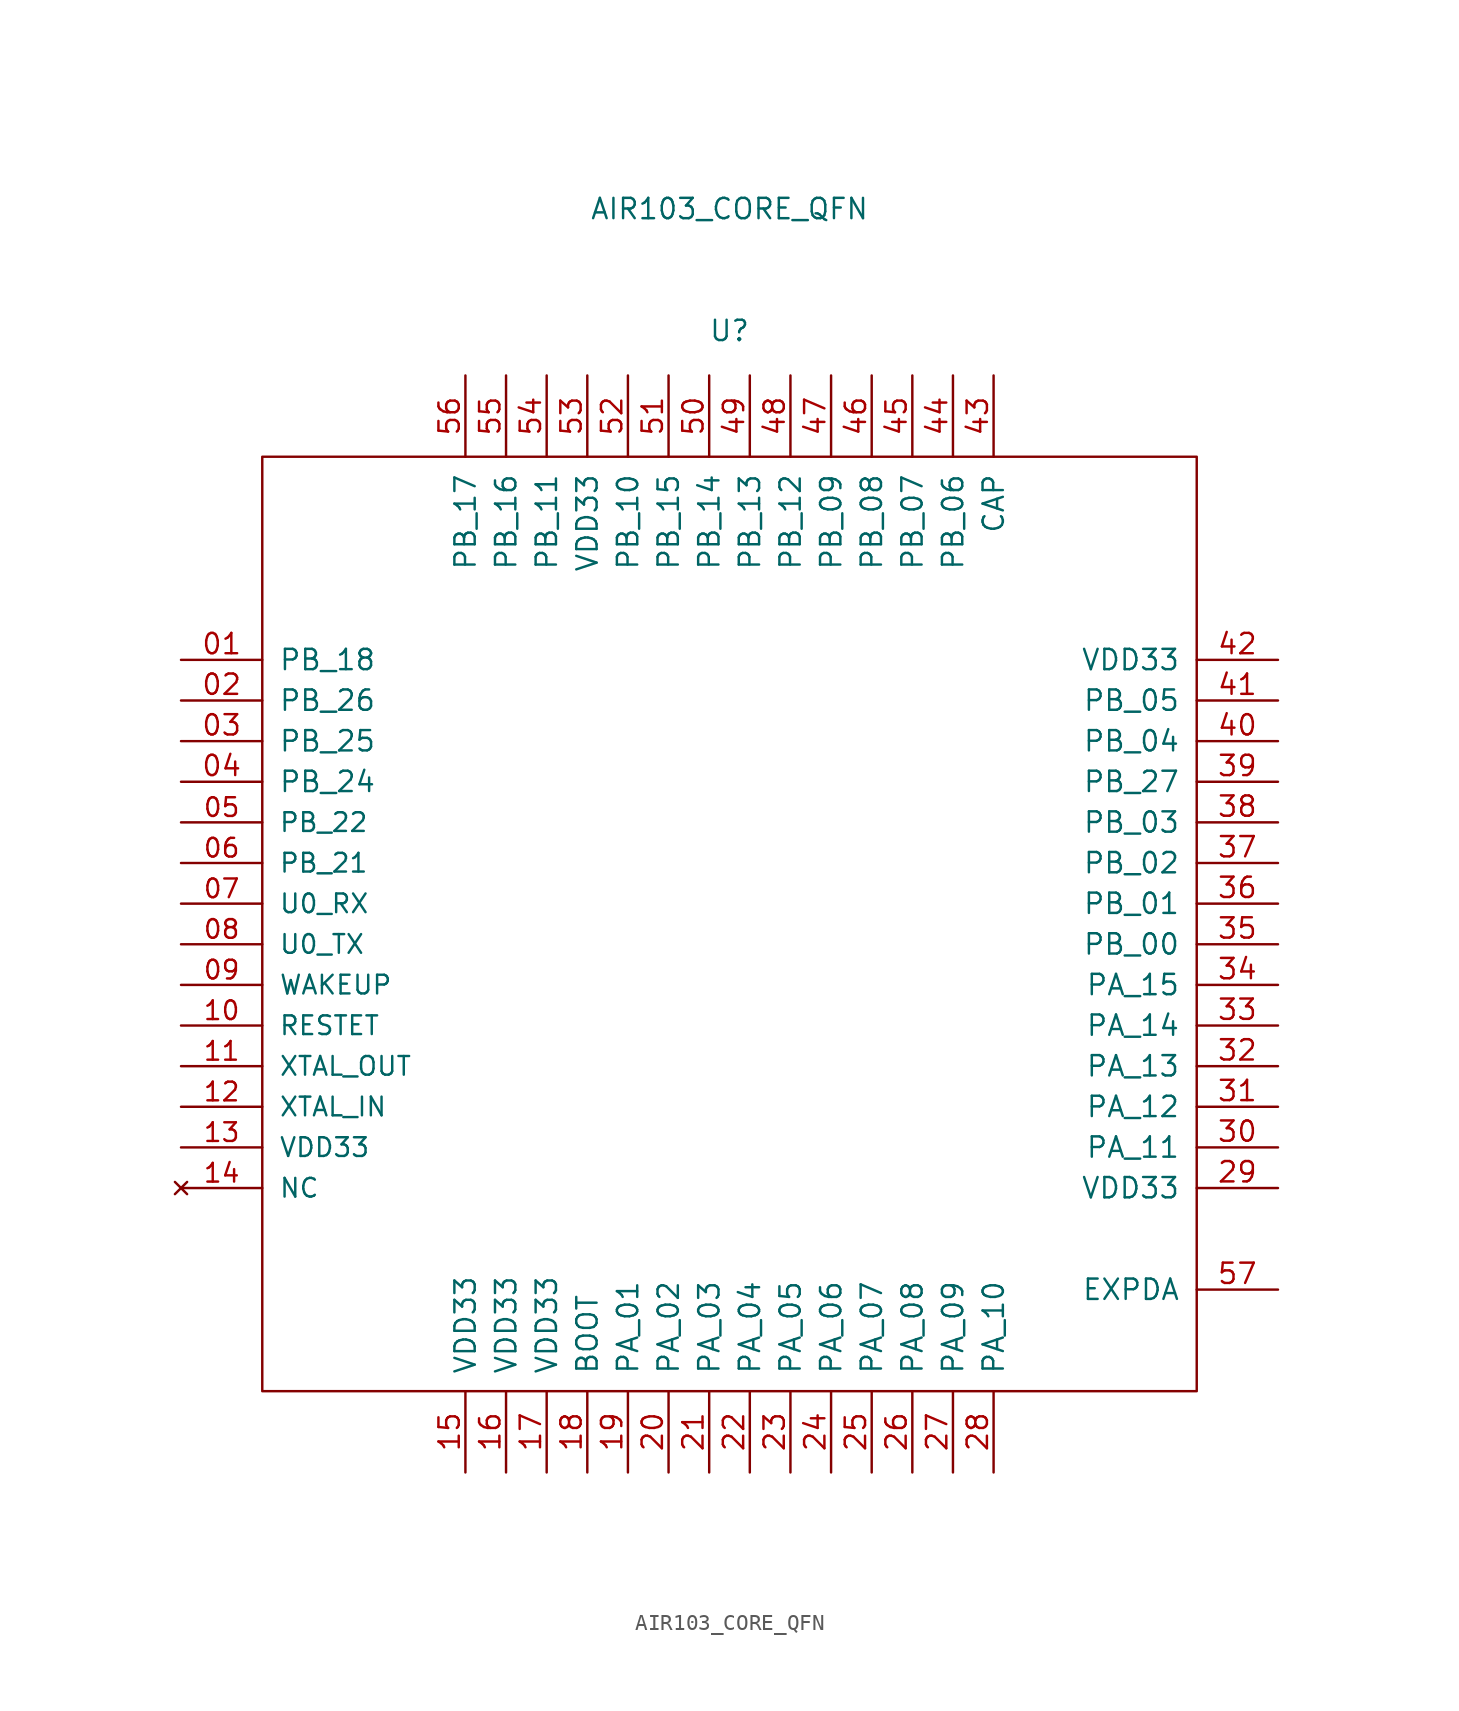
<source format=kicad_sym>
(kicad_symbol_lib
  (version 20220102)
  (generator kicad_symbol_editor)
  (symbol "AIR103_CORE_QFN"
    (pin_names
      (offset 1.016))
    (property "Reference" "U"
      (at 0 37.084 0)
      (effects (font (size 1.27 1.27))))
    (property "Value" "AIR103_CORE_QFN"
      (at 0 44.704 0)
      (effects (font (size 1.27 1.27))))
    (symbol "AIR103_CORE_QFN_0_1"
      (rectangle (start -29.21 29.21) (end 29.21 -29.21) (stroke (width 0) (type default)) (fill (type none))))
    (symbol "AIR103_CORE_QFN_1_1"
      (pin input line (at -34.29 16.51 0) (length 5.08) (name "PB_18" (effects (font (size 1.27 1.27)))) (number "01" (effects (font (size 1.27 1.27)))))
      (pin input line (at -34.29 13.97 0) (length 5.08) (name "PB_26" (effects (font (size 1.27 1.27)))) (number "02" (effects (font (size 1.27 1.27)))))
      (pin input line (at -34.29 11.43 0) (length 5.08) (name "PB_25" (effects (font (size 1.27 1.27)))) (number "03" (effects (font (size 1.27 1.27)))))
      (pin input line (at -34.29 8.89 0) (length 5.08) (name "PB_24" (effects (font (size 1.27 1.27)))) (number "04" (effects (font (size 1.27 1.27)))))
      (pin input line (at -34.29 6.35 0) (length 5.08) (name "PB_22" (effects (font (size 1.168 1.168)))) (number "05" (effects (font (size 1.168 1.168)))))
      (pin input line (at -34.29 3.81 0) (length 5.08) (name "PB_21" (effects (font (size 1.168 1.168)))) (number "06" (effects (font (size 1.168 1.168)))))
      (pin input line (at -34.29 1.27 0) (length 5.08) (name "U0_RX" (effects (font (size 1.168 1.168)))) (number "07" (effects (font (size 1.168 1.168)))))
      (pin input line (at -34.29 -1.27 0) (length 5.08) (name "U0_TX" (effects (font (size 1.168 1.168)))) (number "08" (effects (font (size 1.168 1.168)))))
      (pin input line (at -34.29 -3.81 0) (length 5.08) (name "WAKEUP" (effects (font (size 1.168 1.168)))) (number "09" (effects (font (size 1.168 1.168)))))
      (pin input line (at -34.29 -6.35 0) (length 5.08) (name "RESTET" (effects (font (size 1.168 1.168)))) (number "10" (effects (font (size 1.168 1.168)))))
      (pin input line (at -34.29 -8.89 0) (length 5.08) (name "XTAL_OUT" (effects (font (size 1.168 1.168)))) (number "11" (effects (font (size 1.168 1.168)))))
      (pin input line (at -34.29 -11.43 0) (length 5.08) (name "XTAL_IN" (effects (font (size 1.168 1.168)))) (number "12" (effects (font (size 1.168 1.168)))))
      (pin power_in line (at -34.29 -13.97 0) (length 5.08) (name "VDD33" (effects (font (size 1.168 1.168)))) (number "13" (effects (font (size 1.168 1.168)))))
      (pin no_connect line (at -34.29 -16.51 0) (length 5.08) (name "NC" (effects (font (size 1.168 1.168)))) (number "14" (effects (font (size 1.168 1.168)))))
      (pin power_in line (at -16.51 -34.29 90) (length 5.08) (name "VDD33" (effects (font (size 1.27 1.27)))) (number "15" (effects (font (size 1.27 1.27)))))
      (pin power_in line (at -13.97 -34.29 90) (length 5.08) (name "VDD33" (effects (font (size 1.27 1.27)))) (number "16" (effects (font (size 1.27 1.27)))))
      (pin power_in line (at -11.43 -34.29 90) (length 5.08) (name "VDD33" (effects (font (size 1.27 1.27)))) (number "17" (effects (font (size 1.27 1.27)))))
      (pin input line (at -8.89 -34.29 90) (length 5.08) (name "BOOT" (effects (font (size 1.27 1.27)))) (number "18" (effects (font (size 1.27 1.27)))))
      (pin input line (at -6.35 -34.29 90) (length 5.08) (name "PA_01" (effects (font (size 1.27 1.27)))) (number "19" (effects (font (size 1.27 1.27)))))
      (pin input line (at -3.81 -34.29 90) (length 5.08) (name "PA_02" (effects (font (size 1.27 1.27)))) (number "20" (effects (font (size 1.27 1.27)))))
      (pin input line (at -1.27 -34.29 90) (length 5.08) (name "PA_03" (effects (font (size 1.27 1.27)))) (number "21" (effects (font (size 1.27 1.27)))))
      (pin input line (at 1.27 -34.29 90) (length 5.08) (name "PA_04" (effects (font (size 1.27 1.27)))) (number "22" (effects (font (size 1.27 1.27)))))
      (pin input line (at 3.81 -34.29 90) (length 5.08) (name "PA_05" (effects (font (size 1.27 1.27)))) (number "23" (effects (font (size 1.27 1.27)))))
      (pin input line (at 6.35 -34.29 90) (length 5.08) (name "PA_06" (effects (font (size 1.27 1.27)))) (number "24" (effects (font (size 1.27 1.27)))))
      (pin input line (at 8.89 -34.29 90) (length 5.08) (name "PA_07" (effects (font (size 1.27 1.27)))) (number "25" (effects (font (size 1.27 1.27)))))
      (pin input line (at 11.43 -34.29 90) (length 5.08) (name "PA_08" (effects (font (size 1.27 1.27)))) (number "26" (effects (font (size 1.27 1.27)))))
      (pin input line (at 13.97 -34.29 90) (length 5.08) (name "PA_09" (effects (font (size 1.27 1.27)))) (number "27" (effects (font (size 1.27 1.27)))))
      (pin input line (at 16.51 -34.29 90) (length 5.08) (name "PA_10" (effects (font (size 1.27 1.27)))) (number "28" (effects (font (size 1.27 1.27)))))
      (pin power_in line (at 34.29 -16.51 180) (length 5.08) (name "VDD33" (effects (font (size 1.27 1.27)))) (number "29" (effects (font (size 1.27 1.27)))))
      (pin input line (at 34.29 -13.97 180) (length 5.08) (name "PA_11" (effects (font (size 1.27 1.27)))) (number "30" (effects (font (size 1.27 1.27)))))
      (pin input line (at 34.29 -11.43 180) (length 5.08) (name "PA_12" (effects (font (size 1.27 1.27)))) (number "31" (effects (font (size 1.27 1.27)))))
      (pin input line (at 34.29 -8.89 180) (length 5.08) (name "PA_13" (effects (font (size 1.27 1.27)))) (number "32" (effects (font (size 1.27 1.27)))))
      (pin input line (at 34.29 -6.35 180) (length 5.08) (name "PA_14" (effects (font (size 1.27 1.27)))) (number "33" (effects (font (size 1.27 1.27)))))
      (pin input line (at 34.29 -3.81 180) (length 5.08) (name "PA_15" (effects (font (size 1.27 1.27)))) (number "34" (effects (font (size 1.27 1.27)))))
      (pin input line (at 34.29 -1.27 180) (length 5.08) (name "PB_00" (effects (font (size 1.27 1.27)))) (number "35" (effects (font (size 1.27 1.27)))))
      (pin input line (at 34.29 1.27 180) (length 5.08) (name "PB_01" (effects (font (size 1.27 1.27)))) (number "36" (effects (font (size 1.27 1.27)))))
      (pin input line (at 34.29 3.81 180) (length 5.08) (name "PB_02" (effects (font (size 1.27 1.27)))) (number "37" (effects (font (size 1.27 1.27)))))
      (pin input line (at 34.29 6.35 180) (length 5.08) (name "PB_03" (effects (font (size 1.27 1.27)))) (number "38" (effects (font (size 1.27 1.27)))))
      (pin input line (at 34.29 8.89 180) (length 5.08) (name "PB_27" (effects (font (size 1.27 1.27)))) (number "39" (effects (font (size 1.27 1.27)))))
      (pin input line (at 34.29 11.43 180) (length 5.08) (name "PB_04" (effects (font (size 1.27 1.27)))) (number "40" (effects (font (size 1.27 1.27)))))
      (pin input line (at 34.29 13.97 180) (length 5.08) (name "PB_05" (effects (font (size 1.27 1.27)))) (number "41" (effects (font (size 1.27 1.27)))))
      (pin power_in line (at 34.29 16.51 180) (length 5.08) (name "VDD33" (effects (font (size 1.27 1.27)))) (number "42" (effects (font (size 1.27 1.27)))))
      (pin input line (at 16.51 34.29 270) (length 5.08) (name "CAP" (effects (font (size 1.27 1.27)))) (number "43" (effects (font (size 1.27 1.27)))))
      (pin input line (at 13.97 34.29 270) (length 5.08) (name "PB_06" (effects (font (size 1.27 1.27)))) (number "44" (effects (font (size 1.27 1.27)))))
      (pin input line (at 11.43 34.29 270) (length 5.08) (name "PB_07" (effects (font (size 1.27 1.27)))) (number "45" (effects (font (size 1.27 1.27)))))
      (pin input line (at 8.89 34.29 270) (length 5.08) (name "PB_08" (effects (font (size 1.27 1.27)))) (number "46" (effects (font (size 1.27 1.27)))))
      (pin input line (at 6.35 34.29 270) (length 5.08) (name "PB_09" (effects (font (size 1.27 1.27)))) (number "47" (effects (font (size 1.27 1.27)))))
      (pin input line (at 3.81 34.29 270) (length 5.08) (name "PB_12" (effects (font (size 1.27 1.27)))) (number "48" (effects (font (size 1.27 1.27)))))
      (pin input line (at 1.27 34.29 270) (length 5.08) (name "PB_13" (effects (font (size 1.27 1.27)))) (number "49" (effects (font (size 1.27 1.27)))))
      (pin input line (at -1.27 34.29 270) (length 5.08) (name "PB_14" (effects (font (size 1.27 1.27)))) (number "50" (effects (font (size 1.27 1.27)))))
      (pin input line (at -3.81 34.29 270) (length 5.08) (name "PB_15" (effects (font (size 1.27 1.27)))) (number "51" (effects (font (size 1.27 1.27)))))
      (pin input line (at -6.35 34.29 270) (length 5.08) (name "PB_10" (effects (font (size 1.27 1.27)))) (number "52" (effects (font (size 1.27 1.27)))))
      (pin input line (at -8.89 34.29 270) (length 5.08) (name "VDD33" (effects (font (size 1.27 1.27)))) (number "53" (effects (font (size 1.27 1.27)))))
      (pin input line (at -11.43 34.29 270) (length 5.08) (name "PB_11" (effects (font (size 1.27 1.27)))) (number "54" (effects (font (size 1.27 1.27)))))
      (pin input line (at -13.97 34.29 270) (length 5.08) (name "PB_16" (effects (font (size 1.27 1.27)))) (number "55" (effects (font (size 1.27 1.27)))))
      (pin input line (at -16.51 34.29 270) (length 5.08) (name "PB_17" (effects (font (size 1.27 1.27)))) (number "56" (effects (font (size 1.27 1.27)))))
      (pin power_in line (at 34.29 -22.86 180) (length 5.08) (name "EXPDA" (effects (font (size 1.27 1.27)))) (number "57" (effects (font (size 1.27 1.27))))))))
</source>
